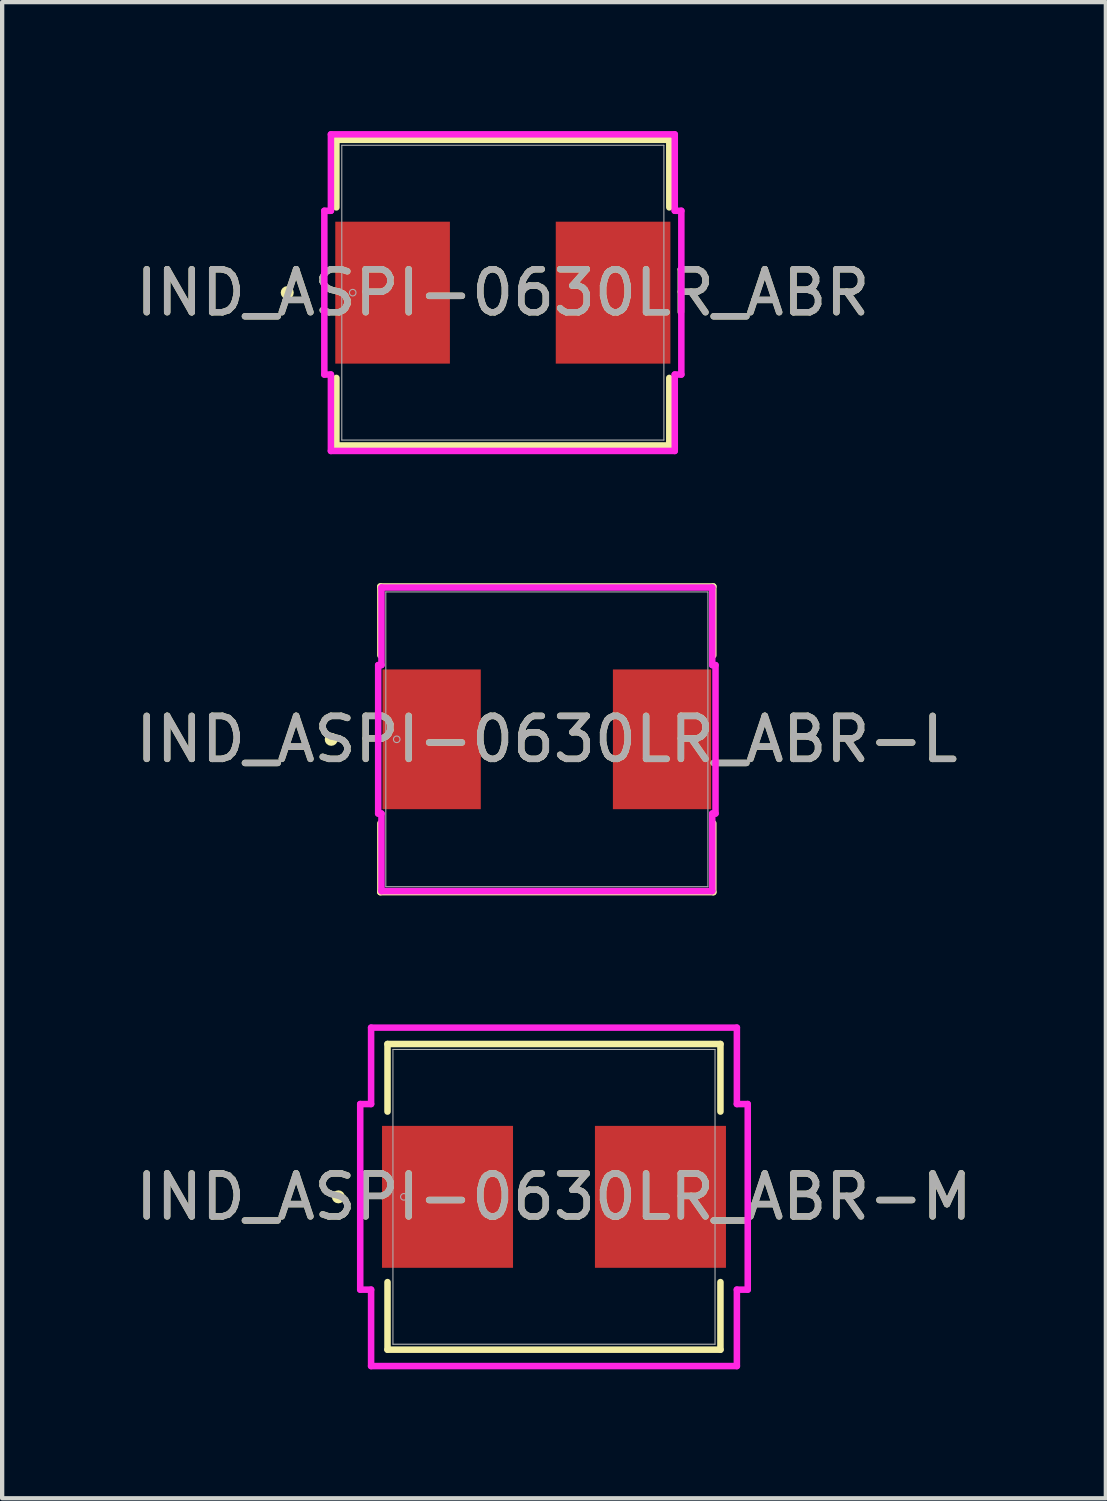
<source format=kicad_pcb>
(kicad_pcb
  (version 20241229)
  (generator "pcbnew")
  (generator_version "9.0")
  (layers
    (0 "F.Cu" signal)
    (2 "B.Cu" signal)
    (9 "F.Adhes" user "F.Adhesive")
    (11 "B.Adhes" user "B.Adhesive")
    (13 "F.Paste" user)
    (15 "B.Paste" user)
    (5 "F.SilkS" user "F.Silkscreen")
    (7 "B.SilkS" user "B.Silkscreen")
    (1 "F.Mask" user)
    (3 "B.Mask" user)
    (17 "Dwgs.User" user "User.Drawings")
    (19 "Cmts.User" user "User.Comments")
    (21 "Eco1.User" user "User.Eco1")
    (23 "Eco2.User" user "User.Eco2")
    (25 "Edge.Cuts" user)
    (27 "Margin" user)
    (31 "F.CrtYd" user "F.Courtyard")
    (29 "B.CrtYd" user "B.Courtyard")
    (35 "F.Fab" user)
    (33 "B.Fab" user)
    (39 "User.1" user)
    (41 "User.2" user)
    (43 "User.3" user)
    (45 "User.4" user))
  (footprint "IND_ASPI-0630LR_ABR-M"
    (layer "F.Cu")
    (at 9.839 24.796)
    (property "Reference" "IND_ASPI-0630LR_ABR-M" (at 0 0 0) (unlocked yes) (layer "F.SilkS") (effects (font (size 1 1) (thickness 0.15))))
    (attr smd)
    (fp_line (start -3.873 -3.556) (end -3.873 -1.984) (stroke (width 0.152) (type solid)) (layer "F.SilkS"))
    (fp_line (start -3.873 1.984) (end -3.873 3.556) (stroke (width 0.152) (type solid)) (layer "F.SilkS"))
    (fp_line (start -3.873 3.556) (end 3.873 3.556) (stroke (width 0.152) (type solid)) (layer "F.SilkS"))
    (fp_line (start 3.873 -3.556) (end -3.873 -3.556) (stroke (width 0.152) (type solid)) (layer "F.SilkS"))
    (fp_line (start 3.873 -1.984) (end 3.873 -3.556) (stroke (width 0.152) (type solid)) (layer "F.SilkS"))
    (fp_line (start 3.873 3.556) (end 3.873 1.984) (stroke (width 0.152) (type solid)) (layer "F.SilkS"))
    (fp_circle (center -5.016 0) (end -4.94 0) (stroke (width 0.152) (type solid)) (fill no) (layer "F.SilkS"))
    (fp_line (start -4.508 -2.159) (end -4.255 -2.159) (stroke (width 0.152) (type solid)) (layer "F.CrtYd"))
    (fp_line (start -4.508 2.159) (end -4.508 -2.159) (stroke (width 0.152) (type solid)) (layer "F.CrtYd"))
    (fp_line (start -4.255 -3.937) (end 4.255 -3.937) (stroke (width 0.152) (type solid)) (layer "F.CrtYd"))
    (fp_line (start -4.255 -2.159) (end -4.255 -3.937) (stroke (width 0.152) (type solid)) (layer "F.CrtYd"))
    (fp_line (start -4.255 2.159) (end -4.508 2.159) (stroke (width 0.152) (type solid)) (layer "F.CrtYd"))
    (fp_line (start -4.255 3.937) (end -4.255 2.159) (stroke (width 0.152) (type solid)) (layer "F.CrtYd"))
    (fp_line (start 4.255 -3.937) (end 4.255 -2.159) (stroke (width 0.152) (type solid)) (layer "F.CrtYd"))
    (fp_line (start 4.255 -2.159) (end 4.508 -2.159) (stroke (width 0.152) (type solid)) (layer "F.CrtYd"))
    (fp_line (start 4.255 2.159) (end 4.255 3.937) (stroke (width 0.152) (type solid)) (layer "F.CrtYd"))
    (fp_line (start 4.255 3.937) (end -4.255 3.937) (stroke (width 0.152) (type solid)) (layer "F.CrtYd"))
    (fp_line (start 4.508 -2.159) (end 4.508 2.159) (stroke (width 0.152) (type solid)) (layer "F.CrtYd"))
    (fp_line (start 4.508 2.159) (end 4.255 2.159) (stroke (width 0.152) (type solid)) (layer "F.CrtYd"))
    (fp_line (start -3.747 -3.429) (end -3.747 3.429) (stroke (width 0.025) (type solid)) (layer "F.Fab"))
    (fp_line (start -3.747 3.429) (end 3.747 3.429) (stroke (width 0.025) (type solid)) (layer "F.Fab"))
    (fp_line (start 3.747 -3.429) (end -3.747 -3.429) (stroke (width 0.025) (type solid)) (layer "F.Fab"))
    (fp_line (start 3.747 3.429) (end 3.747 -3.429) (stroke (width 0.025) (type solid)) (layer "F.Fab"))
    (fp_circle (center -3.493 0) (end -3.416 0) (stroke (width 0.025) (type solid)) (fill no) (layer "F.Fab"))
    (fp_text user "${REFERENCE}" (at 0 0 0) (unlocked yes) (layer "F.Fab") (effects (font (size 1 1) (thickness 0.15))))
    (pad "1" smd rect (at -2.477 0 90) (size 3.302 3.048) (layers "F.Cu" "F.Mask" "F.Paste"))
    (pad "2" smd rect (at 2.477 0 90) (size 3.302 3.048) (layers "F.Cu" "F.Mask" "F.Paste"))
    (zone (net_name "") (layer "F.Cu") (hatch full 0.508) (connect_pads) (min_thickness 0.254) (filled_areas_thickness no) (keepout (tracks not_allowed) (vias not_allowed) (pads allowed) (copperpour not_allowed) (footprints allowed)) (placement (enabled no)) (fill) (polygon (pts (xy 6.144 21.418) (xy 13.535 21.418) (xy 13.535 23.094) (xy 6.144 23.094))))
    (zone (net_name "") (layer "F.Cu") (hatch full 0.508) (connect_pads) (min_thickness 0.254) (filled_areas_thickness no) (keepout (tracks not_allowed) (vias not_allowed) (pads allowed) (copperpour not_allowed) (footprints allowed)) (placement (enabled no)) (fill) (polygon (pts (xy 6.144 26.498) (xy 13.535 26.498) (xy 13.535 28.174) (xy 6.144 28.174))))
    (zone (net_name "") (layer "F.Cu") (hatch full 0.508) (connect_pads) (min_thickness 0.254) (filled_areas_thickness no) (keepout (tracks not_allowed) (vias not_allowed) (pads allowed) (copperpour not_allowed) (footprints allowed)) (placement (enabled no)) (fill) (polygon (pts (xy 8.938 23.094) (xy 10.741 23.094) (xy 10.741 26.498) (xy 8.938 26.498)))))
  (footprint "IND_ASPI-0630LR_ABR"
    (layer "F.Cu")
    (at 8.649 3.759)
    (property "Reference" "IND_ASPI-0630LR_ABR" (at 0 0 0) (unlocked yes) (layer "F.SilkS") (effects (font (size 1 1) (thickness 0.15))))
    (attr smd)
    (fp_line (start -3.873 -3.556) (end -3.873 -1.984) (stroke (width 0.152) (type solid)) (layer "F.SilkS"))
    (fp_line (start -3.873 1.984) (end -3.873 3.556) (stroke (width 0.152) (type solid)) (layer "F.SilkS"))
    (fp_line (start -3.873 3.556) (end 3.873 3.556) (stroke (width 0.152) (type solid)) (layer "F.SilkS"))
    (fp_line (start 3.873 -3.556) (end -3.873 -3.556) (stroke (width 0.152) (type solid)) (layer "F.SilkS"))
    (fp_line (start 3.873 -1.984) (end 3.873 -3.556) (stroke (width 0.152) (type solid)) (layer "F.SilkS"))
    (fp_line (start 3.873 3.556) (end 3.873 1.984) (stroke (width 0.152) (type solid)) (layer "F.SilkS"))
    (fp_circle (center -5.016 0) (end -4.94 0) (stroke (width 0.152) (type solid)) (fill no) (layer "F.SilkS"))
    (fp_line (start -4.153 -1.905) (end -4 -1.905) (stroke (width 0.152) (type solid)) (layer "F.CrtYd"))
    (fp_line (start -4.153 1.905) (end -4.153 -1.905) (stroke (width 0.152) (type solid)) (layer "F.CrtYd"))
    (fp_line (start -4 -3.683) (end 4 -3.683) (stroke (width 0.152) (type solid)) (layer "F.CrtYd"))
    (fp_line (start -4 -1.905) (end -4 -3.683) (stroke (width 0.152) (type solid)) (layer "F.CrtYd"))
    (fp_line (start -4 1.905) (end -4.153 1.905) (stroke (width 0.152) (type solid)) (layer "F.CrtYd"))
    (fp_line (start -4 3.683) (end -4 1.905) (stroke (width 0.152) (type solid)) (layer "F.CrtYd"))
    (fp_line (start 4 -3.683) (end 4 -1.905) (stroke (width 0.152) (type solid)) (layer "F.CrtYd"))
    (fp_line (start 4 -1.905) (end 4.153 -1.905) (stroke (width 0.152) (type solid)) (layer "F.CrtYd"))
    (fp_line (start 4 1.905) (end 4 3.683) (stroke (width 0.152) (type solid)) (layer "F.CrtYd"))
    (fp_line (start 4 3.683) (end -4 3.683) (stroke (width 0.152) (type solid)) (layer "F.CrtYd"))
    (fp_line (start 4.153 -1.905) (end 4.153 1.905) (stroke (width 0.152) (type solid)) (layer "F.CrtYd"))
    (fp_line (start 4.153 1.905) (end 4 1.905) (stroke (width 0.152) (type solid)) (layer "F.CrtYd"))
    (fp_line (start -3.747 -3.429) (end -3.747 3.429) (stroke (width 0.025) (type solid)) (layer "F.Fab"))
    (fp_line (start -3.747 3.429) (end 3.747 3.429) (stroke (width 0.025) (type solid)) (layer "F.Fab"))
    (fp_line (start 3.747 -3.429) (end -3.747 -3.429) (stroke (width 0.025) (type solid)) (layer "F.Fab"))
    (fp_line (start 3.747 3.429) (end 3.747 -3.429) (stroke (width 0.025) (type solid)) (layer "F.Fab"))
    (fp_circle (center -3.493 0) (end -3.416 0) (stroke (width 0.025) (type solid)) (fill no) (layer "F.Fab"))
    (fp_text user "${REFERENCE}" (at 0 0 0) (unlocked yes) (layer "F.Fab") (effects (font (size 1 1) (thickness 0.15))))
    (pad "1" smd rect (at -2.565 0 90) (size 3.302 2.667) (layers "F.Cu" "F.Mask" "F.Paste"))
    (pad "2" smd rect (at 2.565 0 90) (size 3.302 2.667) (layers "F.Cu" "F.Mask" "F.Paste"))
    (zone (net_name "") (layer "F.Cu") (hatch full 0.508) (connect_pads) (min_thickness 0.254) (filled_areas_thickness no) (keepout (tracks not_allowed) (vias not_allowed) (pads allowed) (copperpour not_allowed) (footprints allowed)) (placement (enabled no)) (fill) (polygon (pts (xy 4.953 0.381) (xy 12.345 0.381) (xy 12.345 2.057) (xy 4.953 2.057))))
    (zone (net_name "") (layer "F.Cu") (hatch full 0.508) (connect_pads) (min_thickness 0.254) (filled_areas_thickness no) (keepout (tracks not_allowed) (vias not_allowed) (pads allowed) (copperpour not_allowed) (footprints allowed)) (placement (enabled no)) (fill) (polygon (pts (xy 4.953 5.461) (xy 12.345 5.461) (xy 12.345 7.137) (xy 4.953 7.137))))
    (zone (net_name "") (layer "F.Cu") (hatch full 0.508) (connect_pads) (min_thickness 0.254) (filled_areas_thickness no) (keepout (tracks not_allowed) (vias not_allowed) (pads allowed) (copperpour not_allowed) (footprints allowed)) (placement (enabled no)) (fill) (polygon (pts (xy 7.468 2.057) (xy 9.83 2.057) (xy 9.83 5.461) (xy 7.468 5.461)))))
  (footprint "IND_ASPI-0630LR_ABR-L"
    (layer "F.Cu")
    (at 9.673 14.151)
    (property "Reference" "IND_ASPI-0630LR_ABR-L" (at 0 0 0) (unlocked yes) (layer "F.SilkS") (effects (font (size 1 1) (thickness 0.15))))
    (attr smd)
    (fp_line (start -3.873 -3.556) (end -3.873 -1.954) (stroke (width 0.152) (type solid)) (layer "F.SilkS"))
    (fp_line (start -3.873 1.954) (end -3.873 3.556) (stroke (width 0.152) (type solid)) (layer "F.SilkS"))
    (fp_line (start -3.873 3.556) (end 3.873 3.556) (stroke (width 0.152) (type solid)) (layer "F.SilkS"))
    (fp_line (start 3.873 -3.556) (end -3.873 -3.556) (stroke (width 0.152) (type solid)) (layer "F.SilkS"))
    (fp_line (start 3.873 -1.954) (end 3.873 -3.556) (stroke (width 0.152) (type solid)) (layer "F.SilkS"))
    (fp_line (start 3.873 3.556) (end 3.873 1.954) (stroke (width 0.152) (type solid)) (layer "F.SilkS"))
    (fp_circle (center -5.016 0) (end -4.94 0) (stroke (width 0.152) (type solid)) (fill no) (layer "F.SilkS"))
    (fp_line (start -3.924 -1.727) (end -3.848 -1.727) (stroke (width 0.152) (type solid)) (layer "F.CrtYd"))
    (fp_line (start -3.924 1.727) (end -3.924 -1.727) (stroke (width 0.152) (type solid)) (layer "F.CrtYd"))
    (fp_line (start -3.848 -3.531) (end 3.848 -3.531) (stroke (width 0.152) (type solid)) (layer "F.CrtYd"))
    (fp_line (start -3.848 -1.727) (end -3.848 -3.531) (stroke (width 0.152) (type solid)) (layer "F.CrtYd"))
    (fp_line (start -3.848 1.727) (end -3.924 1.727) (stroke (width 0.152) (type solid)) (layer "F.CrtYd"))
    (fp_line (start -3.848 3.531) (end -3.848 1.727) (stroke (width 0.152) (type solid)) (layer "F.CrtYd"))
    (fp_line (start 3.848 -3.531) (end 3.848 -1.727) (stroke (width 0.152) (type solid)) (layer "F.CrtYd"))
    (fp_line (start 3.848 -1.727) (end 3.924 -1.727) (stroke (width 0.152) (type solid)) (layer "F.CrtYd"))
    (fp_line (start 3.848 1.727) (end 3.848 3.531) (stroke (width 0.152) (type solid)) (layer "F.CrtYd"))
    (fp_line (start 3.848 3.531) (end -3.848 3.531) (stroke (width 0.152) (type solid)) (layer "F.CrtYd"))
    (fp_line (start 3.924 -1.727) (end 3.924 1.727) (stroke (width 0.152) (type solid)) (layer "F.CrtYd"))
    (fp_line (start 3.924 1.727) (end 3.848 1.727) (stroke (width 0.152) (type solid)) (layer "F.CrtYd"))
    (fp_line (start -3.747 -3.429) (end -3.747 3.429) (stroke (width 0.025) (type solid)) (layer "F.Fab"))
    (fp_line (start -3.747 3.429) (end 3.747 3.429) (stroke (width 0.025) (type solid)) (layer "F.Fab"))
    (fp_line (start 3.747 -3.429) (end -3.747 -3.429) (stroke (width 0.025) (type solid)) (layer "F.Fab"))
    (fp_line (start 3.747 3.429) (end 3.747 -3.429) (stroke (width 0.025) (type solid)) (layer "F.Fab"))
    (fp_circle (center -3.493 0) (end -3.416 0) (stroke (width 0.025) (type solid)) (fill no) (layer "F.Fab"))
    (fp_text user "${REFERENCE}" (at 0 0 0) (unlocked yes) (layer "F.Fab") (effects (font (size 1 1) (thickness 0.15))))
    (pad "1" smd rect (at -2.68 0 90) (size 3.251 2.286) (layers "F.Cu" "F.Mask" "F.Paste"))
    (pad "2" smd rect (at 2.68 0 90) (size 3.251 2.286) (layers "F.Cu" "F.Mask" "F.Paste"))
    (zone (net_name "") (layer "F.Cu") (hatch full 0.508) (connect_pads) (min_thickness 0.254) (filled_areas_thickness no) (keepout (tracks not_allowed) (vias not_allowed) (pads allowed) (copperpour not_allowed) (footprints allowed)) (placement (enabled no)) (fill) (polygon (pts (xy 5.977 10.772) (xy 13.368 10.772) (xy 13.368 12.449) (xy 5.977 12.449))))
    (zone (net_name "") (layer "F.Cu") (hatch full 0.508) (connect_pads) (min_thickness 0.254) (filled_areas_thickness no) (keepout (tracks not_allowed) (vias not_allowed) (pads allowed) (copperpour not_allowed) (footprints allowed)) (placement (enabled no)) (fill) (polygon (pts (xy 5.977 15.852) (xy 13.368 15.852) (xy 13.368 17.529) (xy 5.977 17.529))))
    (zone (net_name "") (layer "F.Cu") (hatch full 0.508) (connect_pads) (min_thickness 0.254) (filled_areas_thickness no) (keepout (tracks not_allowed) (vias not_allowed) (pads allowed) (copperpour not_allowed) (footprints allowed)) (placement (enabled no)) (fill) (polygon (pts (xy 8.187 12.449) (xy 11.159 12.449) (xy 11.159 15.852) (xy 8.187 15.852)))))
  (gr_rect
    (start -3 -3)
    (end 22.679 31.809)
    (stroke (width 0.1) (type default))
    (fill no)
    (layer "Edge.Cuts")))
</source>
